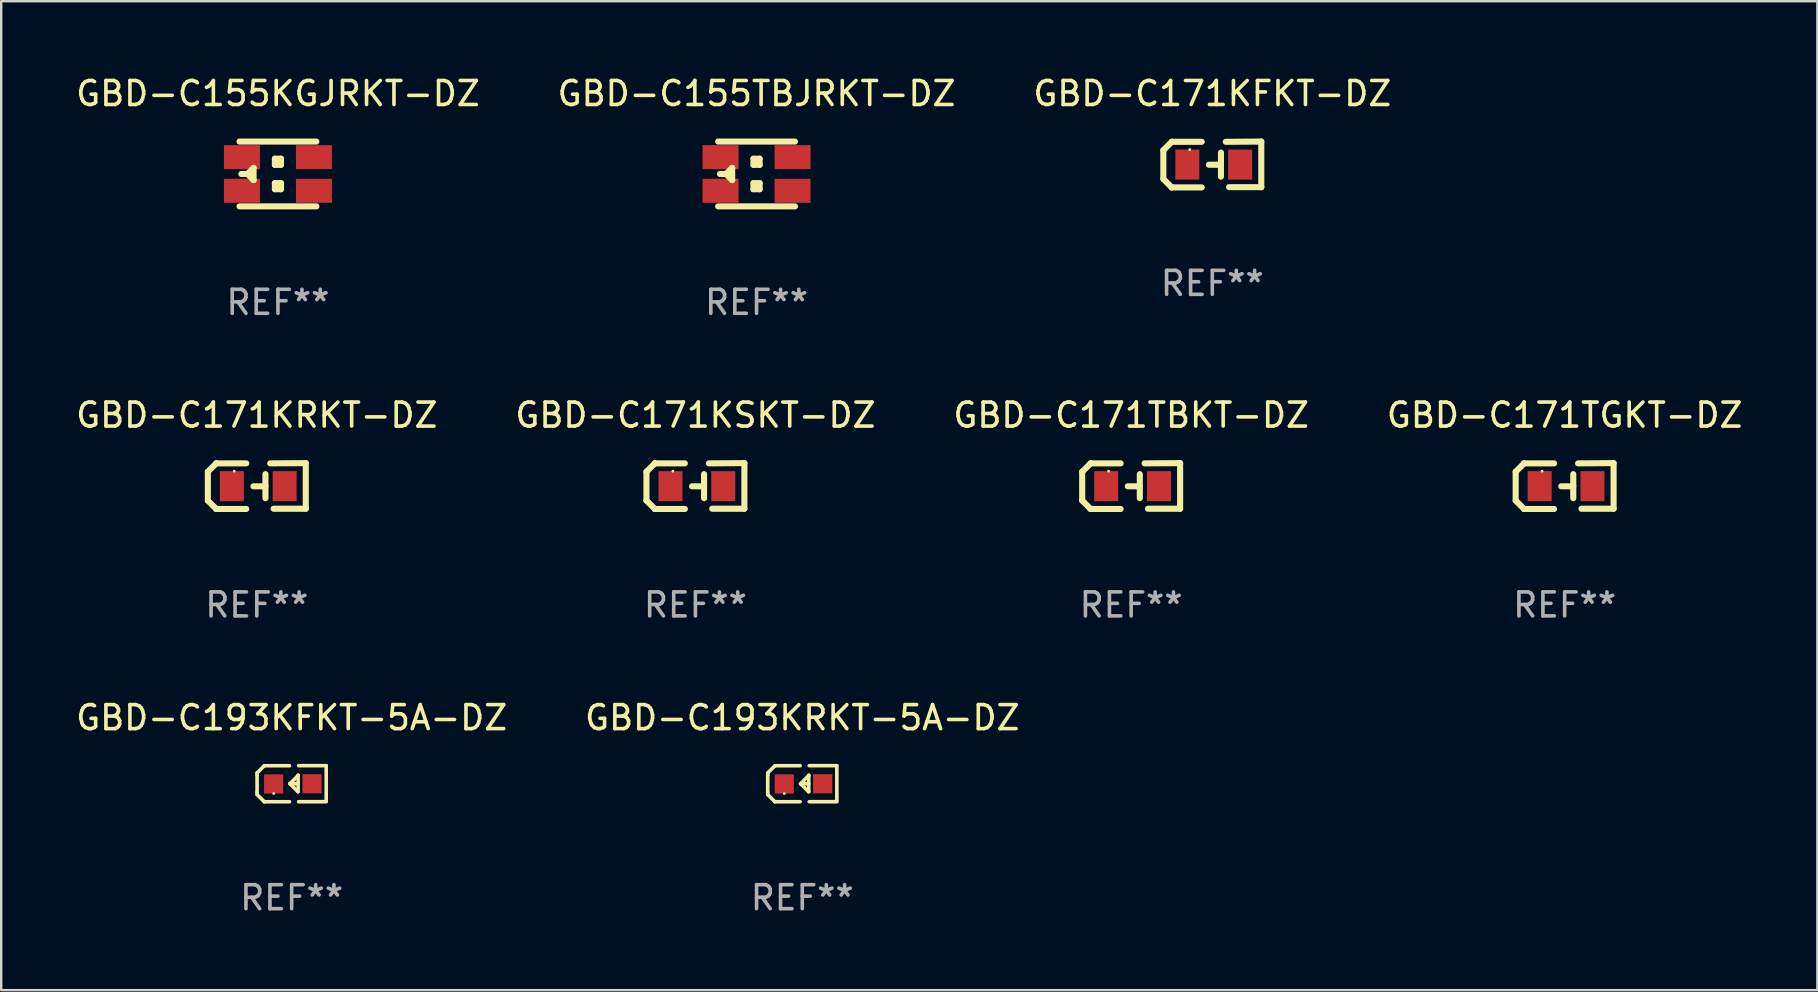
<source format=kicad_pcb>
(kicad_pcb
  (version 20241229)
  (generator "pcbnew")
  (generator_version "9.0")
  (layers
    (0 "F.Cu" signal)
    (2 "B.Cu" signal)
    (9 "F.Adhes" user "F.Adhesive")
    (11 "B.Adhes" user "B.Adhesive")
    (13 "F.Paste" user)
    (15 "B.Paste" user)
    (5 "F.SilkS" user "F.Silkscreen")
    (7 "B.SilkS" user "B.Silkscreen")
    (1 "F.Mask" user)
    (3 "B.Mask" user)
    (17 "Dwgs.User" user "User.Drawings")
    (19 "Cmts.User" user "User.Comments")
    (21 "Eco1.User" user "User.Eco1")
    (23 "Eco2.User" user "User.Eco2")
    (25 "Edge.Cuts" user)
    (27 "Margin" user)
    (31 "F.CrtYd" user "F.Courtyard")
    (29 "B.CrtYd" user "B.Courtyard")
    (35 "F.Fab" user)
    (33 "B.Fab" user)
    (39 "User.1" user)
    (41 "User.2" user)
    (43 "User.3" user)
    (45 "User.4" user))
  (footprint "GBD-C171KRKT-DZ"
    (layer "F.Cu")
    (at 7.649 17.2)
    (property "Reference" "GBD-C171KRKT-DZ" (at 0 -2.955 0) (layer "F.SilkS") (effects (font (size 1 1) (thickness 0.15))))
    (attr through_hole)
    (fp_line (start -2.04 -0.595) (end -2.04 0.605) (stroke (width 0.254) (type solid)) (layer "F.SilkS"))
    (fp_line (start -1.69 -0.945) (end -1.69 -0.945) (stroke (width 0.254) (type solid)) (layer "F.SilkS"))
    (fp_line (start -1.69 -0.945) (end -2.04 -0.595) (stroke (width 0.254) (type solid)) (layer "F.SilkS"))
    (fp_line (start -1.69 0.955) (end -2.04 0.605) (stroke (width 0.254) (type solid)) (layer "F.SilkS"))
    (fp_line (start -1.69 0.955) (end -1.69 0.955) (stroke (width 0.254) (type solid)) (layer "F.SilkS"))
    (fp_line (start -0.44 -0.945) (end -1.69 -0.945) (stroke (width 0.254) (type solid)) (layer "F.SilkS"))
    (fp_line (start -0.44 0.955) (end -1.69 0.955) (stroke (width 0.254) (type solid)) (layer "F.SilkS"))
    (fp_line (start 0.36 -0.495) (end 0.36 0.505) (stroke (width 0.254) (type solid)) (layer "F.SilkS"))
    (fp_line (start 0.36 0.01) (end -0.14 0.01) (stroke (width 0.254) (type solid)) (layer "F.SilkS"))
    (fp_line (start 0.56 -0.945) (end 2.04 -0.955) (stroke (width 0.254) (type solid)) (layer "F.SilkS"))
    (fp_line (start 0.7 0.945) (end 2.04 0.945) (stroke (width 0.254) (type solid)) (layer "F.SilkS"))
    (fp_line (start 2.04 -0.955) (end 2.04 0.945) (stroke (width 0.254) (type solid)) (layer "F.SilkS"))
    (fp_circle (center -0.94 -0.62) (end -0.91 -0.62) (stroke (width 0.06) (type solid)) (fill no) (layer "F.SilkS"))
    (fp_text user "REF**" (at 0 4.955 0) (layer "F.Fab") (effects (font (size 1 1) (thickness 0.15))))
    (pad "1" smd rect (at -1.04 0.005 180) (size 1 1.25) (layers "F.Cu" "F.Mask" "F.Paste"))
    (pad "2" smd rect (at 1.16 0.005 180) (size 1 1.25) (layers "F.Cu" "F.Mask" "F.Paste")))
  (footprint "GBD-C193KFKT-5A-DZ"
    (layer "F.Cu")
    (at 9.101 29.602)
    (property "Reference" "GBD-C193KFKT-5A-DZ" (at 0 -2.751 0) (layer "F.SilkS") (effects (font (size 1 1) (thickness 0.15))))
    (attr through_hole)
    (fp_line (start -1.44 -0.449) (end -1.14 -0.749) (stroke (width 0.15) (type solid)) (layer "F.SilkS"))
    (fp_line (start -1.44 -0.349) (end -1.44 -0.449) (stroke (width 0.15) (type solid)) (layer "F.SilkS"))
    (fp_line (start -1.44 -0.349) (end -1.44 0.351) (stroke (width 0.15) (type solid)) (layer "F.SilkS"))
    (fp_line (start -1.44 0.351) (end -1.44 0.451) (stroke (width 0.15) (type solid)) (layer "F.SilkS"))
    (fp_line (start -1.44 0.451) (end -1.14 0.751) (stroke (width 0.15) (type solid)) (layer "F.SilkS"))
    (fp_line (start -0.09 -0.749) (end -1.14 -0.749) (stroke (width 0.15) (type solid)) (layer "F.SilkS"))
    (fp_line (start -0.09 0.751) (end -1.14 0.751) (stroke (width 0.15) (type solid)) (layer "F.SilkS"))
    (fp_line (start 0.26 0.329) (end -0.07 -0.001) (stroke (width 0.15) (type solid)) (layer "F.SilkS"))
    (fp_line (start 0.27 -0.351) (end 0.27 -0.341) (stroke (width 0.15) (type solid)) (layer "F.SilkS"))
    (fp_line (start 0.27 -0.351) (end 0.27 0.329) (stroke (width 0.15) (type solid)) (layer "F.SilkS"))
    (fp_line (start 0.27 -0.341) (end -0.07 -0.001) (stroke (width 0.15) (type solid)) (layer "F.SilkS"))
    (fp_line (start 0.27 -0.001) (end -0.07 -0.001) (stroke (width 0.15) (type solid)) (layer "F.SilkS"))
    (fp_line (start 0.27 0.329) (end 0.26 0.329) (stroke (width 0.15) (type solid)) (layer "F.SilkS"))
    (fp_line (start 0.29 -0.751) (end 1.44 -0.751) (stroke (width 0.15) (type solid)) (layer "F.SilkS"))
    (fp_line (start 0.29 0.749) (end 1.44 0.749) (stroke (width 0.15) (type solid)) (layer "F.SilkS"))
    (fp_line (start 1.44 -0.751) (end 1.44 0.729) (stroke (width 0.15) (type solid)) (layer "F.SilkS"))
    (fp_circle (center -0.75 0.409) (end -0.72 0.409) (stroke (width 0.06) (type solid)) (fill no) (layer "F.SilkS"))
    (fp_text user "REF**" (at 0 4.751 0) (layer "F.Fab") (effects (font (size 1 1) (thickness 0.15))))
    (pad "1" smd rect (at -0.75 0.009 90) (size 0.8 0.8) (layers "F.Cu" "F.Mask" "F.Paste"))
    (pad "2" smd rect (at 0.849 0.002 90) (size 0.8 0.8) (layers "F.Cu" "F.Mask" "F.Paste")))
  (footprint "GBD-C193KRKT-5A-DZ"
    (layer "F.Cu")
    (at 30.375 29.602)
    (property "Reference" "GBD-C193KRKT-5A-DZ" (at 0 -2.751 0) (layer "F.SilkS") (effects (font (size 1 1) (thickness 0.15))))
    (attr through_hole)
    (fp_line (start -1.44 -0.449) (end -1.14 -0.749) (stroke (width 0.15) (type solid)) (layer "F.SilkS"))
    (fp_line (start -1.44 -0.349) (end -1.44 -0.449) (stroke (width 0.15) (type solid)) (layer "F.SilkS"))
    (fp_line (start -1.44 -0.349) (end -1.44 0.351) (stroke (width 0.15) (type solid)) (layer "F.SilkS"))
    (fp_line (start -1.44 0.351) (end -1.44 0.451) (stroke (width 0.15) (type solid)) (layer "F.SilkS"))
    (fp_line (start -1.44 0.451) (end -1.14 0.751) (stroke (width 0.15) (type solid)) (layer "F.SilkS"))
    (fp_line (start -0.09 -0.749) (end -1.14 -0.749) (stroke (width 0.15) (type solid)) (layer "F.SilkS"))
    (fp_line (start -0.09 0.751) (end -1.14 0.751) (stroke (width 0.15) (type solid)) (layer "F.SilkS"))
    (fp_line (start 0.26 0.329) (end -0.07 -0.001) (stroke (width 0.15) (type solid)) (layer "F.SilkS"))
    (fp_line (start 0.27 -0.351) (end 0.27 -0.341) (stroke (width 0.15) (type solid)) (layer "F.SilkS"))
    (fp_line (start 0.27 -0.351) (end 0.27 0.329) (stroke (width 0.15) (type solid)) (layer "F.SilkS"))
    (fp_line (start 0.27 -0.341) (end -0.07 -0.001) (stroke (width 0.15) (type solid)) (layer "F.SilkS"))
    (fp_line (start 0.27 -0.001) (end -0.07 -0.001) (stroke (width 0.15) (type solid)) (layer "F.SilkS"))
    (fp_line (start 0.27 0.329) (end 0.26 0.329) (stroke (width 0.15) (type solid)) (layer "F.SilkS"))
    (fp_line (start 0.29 -0.751) (end 1.44 -0.751) (stroke (width 0.15) (type solid)) (layer "F.SilkS"))
    (fp_line (start 0.29 0.749) (end 1.44 0.749) (stroke (width 0.15) (type solid)) (layer "F.SilkS"))
    (fp_line (start 1.44 -0.751) (end 1.44 0.729) (stroke (width 0.15) (type solid)) (layer "F.SilkS"))
    (fp_circle (center -0.75 0.409) (end -0.72 0.409) (stroke (width 0.06) (type solid)) (fill no) (layer "F.SilkS"))
    (fp_text user "REF**" (at 0 4.751 0) (layer "F.Fab") (effects (font (size 1 1) (thickness 0.15))))
    (pad "1" smd rect (at -0.75 0.009 90) (size 0.8 0.8) (layers "F.Cu" "F.Mask" "F.Paste"))
    (pad "2" smd rect (at 0.849 0.002 90) (size 0.8 0.8) (layers "F.Cu" "F.Mask" "F.Paste")))
  (footprint "GBD-C155TBJRKT-DZ"
    (layer "F.Cu")
    (at 28.47 4.198)
    (property "Reference" "GBD-C155TBJRKT-DZ" (at 0 -3.35 0) (layer "F.SilkS") (effects (font (size 1 1) (thickness 0.15))))
    (attr through_hole)
    (fp_line (start -1.6 -1.35) (end 1.6 -1.35) (stroke (width 0.254) (type solid)) (layer "F.SilkS"))
    (fp_line (start -1.524 0) (end -1.27 0) (stroke (width 0.254) (type solid)) (layer "F.SilkS"))
    (fp_line (start -1.27 0) (end -1.016 -0.254) (stroke (width 0.254) (type solid)) (layer "F.SilkS"))
    (fp_line (start -1.016 -0.254) (end -1.016 0.254) (stroke (width 0.254) (type solid)) (layer "F.SilkS"))
    (fp_line (start -1.016 0.254) (end -1.27 0) (stroke (width 0.254) (type solid)) (layer "F.SilkS"))
    (fp_line (start -0.127 -0.635) (end -0.127 -0.381) (stroke (width 0.254) (type solid)) (layer "F.SilkS"))
    (fp_line (start -0.127 -0.381) (end 0.127 -0.381) (stroke (width 0.254) (type solid)) (layer "F.SilkS"))
    (fp_line (start -0.127 0.381) (end -0.127 0.635) (stroke (width 0.254) (type solid)) (layer "F.SilkS"))
    (fp_line (start -0.127 0.635) (end 0.127 0.635) (stroke (width 0.254) (type solid)) (layer "F.SilkS"))
    (fp_line (start 0.127 -0.635) (end -0.127 -0.635) (stroke (width 0.254) (type solid)) (layer "F.SilkS"))
    (fp_line (start 0.127 -0.381) (end 0.127 -0.635) (stroke (width 0.254) (type solid)) (layer "F.SilkS"))
    (fp_line (start 0.127 0.381) (end -0.127 0.381) (stroke (width 0.254) (type solid)) (layer "F.SilkS"))
    (fp_line (start 0.127 0.635) (end 0.127 0.381) (stroke (width 0.254) (type solid)) (layer "F.SilkS"))
    (fp_line (start 1.6 1.35) (end -1.6 1.35) (stroke (width 0.254) (type solid)) (layer "F.SilkS"))
    (fp_circle (center -1.6 -1.35) (end -1.57 -1.35) (stroke (width 0.06) (type solid)) (fill no) (layer "F.SilkS"))
    (fp_text user "REF**" (at 0 5.35 0) (layer "F.Fab") (effects (font (size 1 1) (thickness 0.15))))
    (pad "1" smd rect (at -1.5 -0.7 90) (size 1 1.5) (layers "F.Cu" "F.Mask" "F.Paste"))
    (pad "2" smd rect (at 1.5 -0.7 90) (size 1 1.5) (layers "F.Cu" "F.Mask" "F.Paste"))
    (pad "3" smd rect (at 1.5 0.7 90) (size 1 1.5) (layers "F.Cu" "F.Mask" "F.Paste"))
    (pad "4" smd rect (at -1.5 0.7 90) (size 1 1.5) (layers "F.Cu" "F.Mask" "F.Paste")))
  (footprint "GBD-C171KFKT-DZ"
    (layer "F.Cu")
    (at 47.458 3.803)
    (property "Reference" "GBD-C171KFKT-DZ" (at 0 -2.955 0) (layer "F.SilkS") (effects (font (size 1 1) (thickness 0.15))))
    (attr through_hole)
    (fp_line (start -2.04 -0.595) (end -2.04 0.605) (stroke (width 0.254) (type solid)) (layer "F.SilkS"))
    (fp_line (start -1.69 -0.945) (end -1.69 -0.945) (stroke (width 0.254) (type solid)) (layer "F.SilkS"))
    (fp_line (start -1.69 -0.945) (end -2.04 -0.595) (stroke (width 0.254) (type solid)) (layer "F.SilkS"))
    (fp_line (start -1.69 0.955) (end -2.04 0.605) (stroke (width 0.254) (type solid)) (layer "F.SilkS"))
    (fp_line (start -1.69 0.955) (end -1.69 0.955) (stroke (width 0.254) (type solid)) (layer "F.SilkS"))
    (fp_line (start -0.44 -0.945) (end -1.69 -0.945) (stroke (width 0.254) (type solid)) (layer "F.SilkS"))
    (fp_line (start -0.44 0.955) (end -1.69 0.955) (stroke (width 0.254) (type solid)) (layer "F.SilkS"))
    (fp_line (start 0.36 -0.495) (end 0.36 0.505) (stroke (width 0.254) (type solid)) (layer "F.SilkS"))
    (fp_line (start 0.36 0.01) (end -0.14 0.01) (stroke (width 0.254) (type solid)) (layer "F.SilkS"))
    (fp_line (start 0.56 -0.945) (end 2.04 -0.955) (stroke (width 0.254) (type solid)) (layer "F.SilkS"))
    (fp_line (start 0.7 0.945) (end 2.04 0.945) (stroke (width 0.254) (type solid)) (layer "F.SilkS"))
    (fp_line (start 2.04 -0.955) (end 2.04 0.945) (stroke (width 0.254) (type solid)) (layer "F.SilkS"))
    (fp_circle (center -0.94 -0.62) (end -0.91 -0.62) (stroke (width 0.06) (type solid)) (fill no) (layer "F.SilkS"))
    (fp_text user "REF**" (at 0 4.955 0) (layer "F.Fab") (effects (font (size 1 1) (thickness 0.15))))
    (pad "1" smd rect (at -1.04 0.005 180) (size 1 1.25) (layers "F.Cu" "F.Mask" "F.Paste"))
    (pad "2" smd rect (at 1.16 0.005 180) (size 1 1.25) (layers "F.Cu" "F.Mask" "F.Paste")))
  (footprint "GBD-C171TGKT-DZ"
    (layer "F.Cu")
    (at 62.137 17.2)
    (property "Reference" "GBD-C171TGKT-DZ" (at 0 -2.955 0) (layer "F.SilkS") (effects (font (size 1 1) (thickness 0.15))))
    (attr through_hole)
    (fp_line (start -2.04 -0.595) (end -2.04 0.605) (stroke (width 0.254) (type solid)) (layer "F.SilkS"))
    (fp_line (start -1.69 -0.945) (end -1.69 -0.945) (stroke (width 0.254) (type solid)) (layer "F.SilkS"))
    (fp_line (start -1.69 -0.945) (end -2.04 -0.595) (stroke (width 0.254) (type solid)) (layer "F.SilkS"))
    (fp_line (start -1.69 0.955) (end -2.04 0.605) (stroke (width 0.254) (type solid)) (layer "F.SilkS"))
    (fp_line (start -1.69 0.955) (end -1.69 0.955) (stroke (width 0.254) (type solid)) (layer "F.SilkS"))
    (fp_line (start -0.44 -0.945) (end -1.69 -0.945) (stroke (width 0.254) (type solid)) (layer "F.SilkS"))
    (fp_line (start -0.44 0.955) (end -1.69 0.955) (stroke (width 0.254) (type solid)) (layer "F.SilkS"))
    (fp_line (start 0.36 -0.495) (end 0.36 0.505) (stroke (width 0.254) (type solid)) (layer "F.SilkS"))
    (fp_line (start 0.36 0.01) (end -0.14 0.01) (stroke (width 0.254) (type solid)) (layer "F.SilkS"))
    (fp_line (start 0.56 -0.945) (end 2.04 -0.955) (stroke (width 0.254) (type solid)) (layer "F.SilkS"))
    (fp_line (start 0.7 0.945) (end 2.04 0.945) (stroke (width 0.254) (type solid)) (layer "F.SilkS"))
    (fp_line (start 2.04 -0.955) (end 2.04 0.945) (stroke (width 0.254) (type solid)) (layer "F.SilkS"))
    (fp_circle (center -0.94 -0.62) (end -0.91 -0.62) (stroke (width 0.06) (type solid)) (fill no) (layer "F.SilkS"))
    (fp_text user "REF**" (at 0 4.955 0) (layer "F.Fab") (effects (font (size 1 1) (thickness 0.15))))
    (pad "1" smd rect (at -1.04 0.005 180) (size 1 1.25) (layers "F.Cu" "F.Mask" "F.Paste"))
    (pad "2" smd rect (at 1.16 0.005 180) (size 1 1.25) (layers "F.Cu" "F.Mask" "F.Paste")))
  (footprint "GBD-C171KSKT-DZ"
    (layer "F.Cu")
    (at 25.923 17.2)
    (property "Reference" "GBD-C171KSKT-DZ" (at 0 -2.955 0) (layer "F.SilkS") (effects (font (size 1 1) (thickness 0.15))))
    (attr through_hole)
    (fp_line (start -2.04 -0.595) (end -2.04 0.605) (stroke (width 0.254) (type solid)) (layer "F.SilkS"))
    (fp_line (start -1.69 -0.945) (end -1.69 -0.945) (stroke (width 0.254) (type solid)) (layer "F.SilkS"))
    (fp_line (start -1.69 -0.945) (end -2.04 -0.595) (stroke (width 0.254) (type solid)) (layer "F.SilkS"))
    (fp_line (start -1.69 0.955) (end -2.04 0.605) (stroke (width 0.254) (type solid)) (layer "F.SilkS"))
    (fp_line (start -1.69 0.955) (end -1.69 0.955) (stroke (width 0.254) (type solid)) (layer "F.SilkS"))
    (fp_line (start -0.44 -0.945) (end -1.69 -0.945) (stroke (width 0.254) (type solid)) (layer "F.SilkS"))
    (fp_line (start -0.44 0.955) (end -1.69 0.955) (stroke (width 0.254) (type solid)) (layer "F.SilkS"))
    (fp_line (start 0.36 -0.495) (end 0.36 0.505) (stroke (width 0.254) (type solid)) (layer "F.SilkS"))
    (fp_line (start 0.36 0.01) (end -0.14 0.01) (stroke (width 0.254) (type solid)) (layer "F.SilkS"))
    (fp_line (start 0.56 -0.945) (end 2.04 -0.955) (stroke (width 0.254) (type solid)) (layer "F.SilkS"))
    (fp_line (start 0.7 0.945) (end 2.04 0.945) (stroke (width 0.254) (type solid)) (layer "F.SilkS"))
    (fp_line (start 2.04 -0.955) (end 2.04 0.945) (stroke (width 0.254) (type solid)) (layer "F.SilkS"))
    (fp_circle (center -0.94 -0.62) (end -0.91 -0.62) (stroke (width 0.06) (type solid)) (fill no) (layer "F.SilkS"))
    (fp_text user "REF**" (at 0 4.955 0) (layer "F.Fab") (effects (font (size 1 1) (thickness 0.15))))
    (pad "1" smd rect (at -1.04 0.005 180) (size 1 1.25) (layers "F.Cu" "F.Mask" "F.Paste"))
    (pad "2" smd rect (at 1.16 0.005 180) (size 1 1.25) (layers "F.Cu" "F.Mask" "F.Paste")))
  (footprint "GBD-C171TBKT-DZ"
    (layer "F.Cu")
    (at 44.077 17.2)
    (property "Reference" "GBD-C171TBKT-DZ" (at 0 -2.955 0) (layer "F.SilkS") (effects (font (size 1 1) (thickness 0.15))))
    (attr through_hole)
    (fp_line (start -2.04 -0.595) (end -2.04 0.605) (stroke (width 0.254) (type solid)) (layer "F.SilkS"))
    (fp_line (start -1.69 -0.945) (end -1.69 -0.945) (stroke (width 0.254) (type solid)) (layer "F.SilkS"))
    (fp_line (start -1.69 -0.945) (end -2.04 -0.595) (stroke (width 0.254) (type solid)) (layer "F.SilkS"))
    (fp_line (start -1.69 0.955) (end -2.04 0.605) (stroke (width 0.254) (type solid)) (layer "F.SilkS"))
    (fp_line (start -1.69 0.955) (end -1.69 0.955) (stroke (width 0.254) (type solid)) (layer "F.SilkS"))
    (fp_line (start -0.44 -0.945) (end -1.69 -0.945) (stroke (width 0.254) (type solid)) (layer "F.SilkS"))
    (fp_line (start -0.44 0.955) (end -1.69 0.955) (stroke (width 0.254) (type solid)) (layer "F.SilkS"))
    (fp_line (start 0.36 -0.495) (end 0.36 0.505) (stroke (width 0.254) (type solid)) (layer "F.SilkS"))
    (fp_line (start 0.36 0.01) (end -0.14 0.01) (stroke (width 0.254) (type solid)) (layer "F.SilkS"))
    (fp_line (start 0.56 -0.945) (end 2.04 -0.955) (stroke (width 0.254) (type solid)) (layer "F.SilkS"))
    (fp_line (start 0.7 0.945) (end 2.04 0.945) (stroke (width 0.254) (type solid)) (layer "F.SilkS"))
    (fp_line (start 2.04 -0.955) (end 2.04 0.945) (stroke (width 0.254) (type solid)) (layer "F.SilkS"))
    (fp_circle (center -0.94 -0.62) (end -0.91 -0.62) (stroke (width 0.06) (type solid)) (fill no) (layer "F.SilkS"))
    (fp_text user "REF**" (at 0 4.955 0) (layer "F.Fab") (effects (font (size 1 1) (thickness 0.15))))
    (pad "1" smd rect (at -1.04 0.005 180) (size 1 1.25) (layers "F.Cu" "F.Mask" "F.Paste"))
    (pad "2" smd rect (at 1.16 0.005 180) (size 1 1.25) (layers "F.Cu" "F.Mask" "F.Paste")))
  (footprint "GBD-C155KGJRKT-DZ"
    (layer "F.Cu")
    (at 8.53 4.198)
    (property "Reference" "GBD-C155KGJRKT-DZ" (at 0 -3.35 0) (layer "F.SilkS") (effects (font (size 1 1) (thickness 0.15))))
    (attr through_hole)
    (fp_line (start -1.6 -1.35) (end 1.6 -1.35) (stroke (width 0.254) (type solid)) (layer "F.SilkS"))
    (fp_line (start -1.524 0) (end -1.27 0) (stroke (width 0.254) (type solid)) (layer "F.SilkS"))
    (fp_line (start -1.27 0) (end -1.016 -0.254) (stroke (width 0.254) (type solid)) (layer "F.SilkS"))
    (fp_line (start -1.016 -0.254) (end -1.016 0.254) (stroke (width 0.254) (type solid)) (layer "F.SilkS"))
    (fp_line (start -1.016 0.254) (end -1.27 0) (stroke (width 0.254) (type solid)) (layer "F.SilkS"))
    (fp_line (start -0.127 -0.635) (end -0.127 -0.381) (stroke (width 0.254) (type solid)) (layer "F.SilkS"))
    (fp_line (start -0.127 -0.381) (end 0.127 -0.381) (stroke (width 0.254) (type solid)) (layer "F.SilkS"))
    (fp_line (start -0.127 0.381) (end -0.127 0.635) (stroke (width 0.254) (type solid)) (layer "F.SilkS"))
    (fp_line (start -0.127 0.635) (end 0.127 0.635) (stroke (width 0.254) (type solid)) (layer "F.SilkS"))
    (fp_line (start 0.127 -0.635) (end -0.127 -0.635) (stroke (width 0.254) (type solid)) (layer "F.SilkS"))
    (fp_line (start 0.127 -0.381) (end 0.127 -0.635) (stroke (width 0.254) (type solid)) (layer "F.SilkS"))
    (fp_line (start 0.127 0.381) (end -0.127 0.381) (stroke (width 0.254) (type solid)) (layer "F.SilkS"))
    (fp_line (start 0.127 0.635) (end 0.127 0.381) (stroke (width 0.254) (type solid)) (layer "F.SilkS"))
    (fp_line (start 1.6 1.35) (end -1.6 1.35) (stroke (width 0.254) (type solid)) (layer "F.SilkS"))
    (fp_circle (center -1.6 -1.35) (end -1.57 -1.35) (stroke (width 0.06) (type solid)) (fill no) (layer "F.SilkS"))
    (fp_text user "REF**" (at 0 5.35 0) (layer "F.Fab") (effects (font (size 1 1) (thickness 0.15))))
    (pad "1" smd rect (at -1.5 -0.7 90) (size 1 1.5) (layers "F.Cu" "F.Mask" "F.Paste"))
    (pad "2" smd rect (at 1.5 -0.7 90) (size 1 1.5) (layers "F.Cu" "F.Mask" "F.Paste"))
    (pad "3" smd rect (at 1.5 0.7 90) (size 1 1.5) (layers "F.Cu" "F.Mask" "F.Paste"))
    (pad "4" smd rect (at -1.5 0.7 90) (size 1 1.5) (layers "F.Cu" "F.Mask" "F.Paste")))
  (gr_rect
    (start -3 -3)
    (end 72.667 38.202)
    (stroke (width 0.1) (type default))
    (fill no)
    (layer "Edge.Cuts")))
</source>
